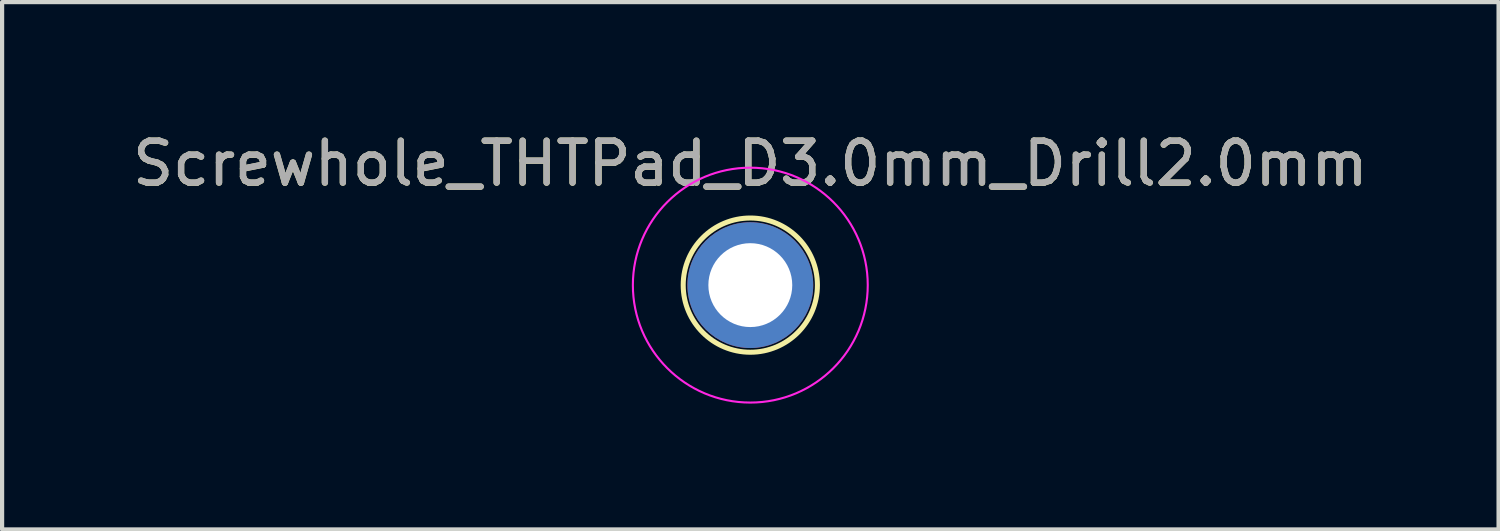
<source format=kicad_pcb>
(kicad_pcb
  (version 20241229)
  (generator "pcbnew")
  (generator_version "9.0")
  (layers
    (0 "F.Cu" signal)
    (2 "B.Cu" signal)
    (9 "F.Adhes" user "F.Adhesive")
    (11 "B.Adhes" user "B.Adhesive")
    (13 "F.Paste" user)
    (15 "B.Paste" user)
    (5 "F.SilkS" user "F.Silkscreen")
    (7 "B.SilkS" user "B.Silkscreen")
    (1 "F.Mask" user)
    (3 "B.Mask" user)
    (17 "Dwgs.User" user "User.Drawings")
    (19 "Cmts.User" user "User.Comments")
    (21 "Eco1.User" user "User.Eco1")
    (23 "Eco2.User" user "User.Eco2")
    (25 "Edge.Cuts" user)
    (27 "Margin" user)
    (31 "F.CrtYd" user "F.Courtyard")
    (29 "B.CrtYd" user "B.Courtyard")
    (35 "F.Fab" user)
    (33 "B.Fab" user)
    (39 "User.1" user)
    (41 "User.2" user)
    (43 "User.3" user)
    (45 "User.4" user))
  (footprint "Screwhole_THTPad_D3.0mm_Drill2.0mm"
    (layer "F.Cu")
    (at 14.839 3.748)
    (property "Reference" "Screwhole_THTPad_D3.0mm_Drill2.0mm" (at 0 -2.898 0) (layer "F.SilkS") (effects (font (size 1 1) (thickness 0.15))))
    (attr exclude_from_pos_files exclude_from_bom)
    (fp_circle (center 0 0) (end 0 1.6) (stroke (width 0.12) (type solid)) (fill no) (layer "F.SilkS"))
    (fp_circle (center 0 0) (end 2.8 0) (stroke (width 0.05) (type solid)) (fill no) (layer "F.CrtYd"))
    (fp_text user "${REFERENCE}" (at 0 -2.9 0) (layer "F.Fab") (effects (font (size 1 1) (thickness 0.15))))
    (pad "1" thru_hole circle (at 0 0) (size 3 3) (drill 2) (layers "*.Cu" "*.Mask")))
  (gr_rect
    (start -3 -3)
    (end 32.679 9.573)
    (stroke (width 0.1) (type default))
    (fill no)
    (layer "Edge.Cuts")))
</source>
